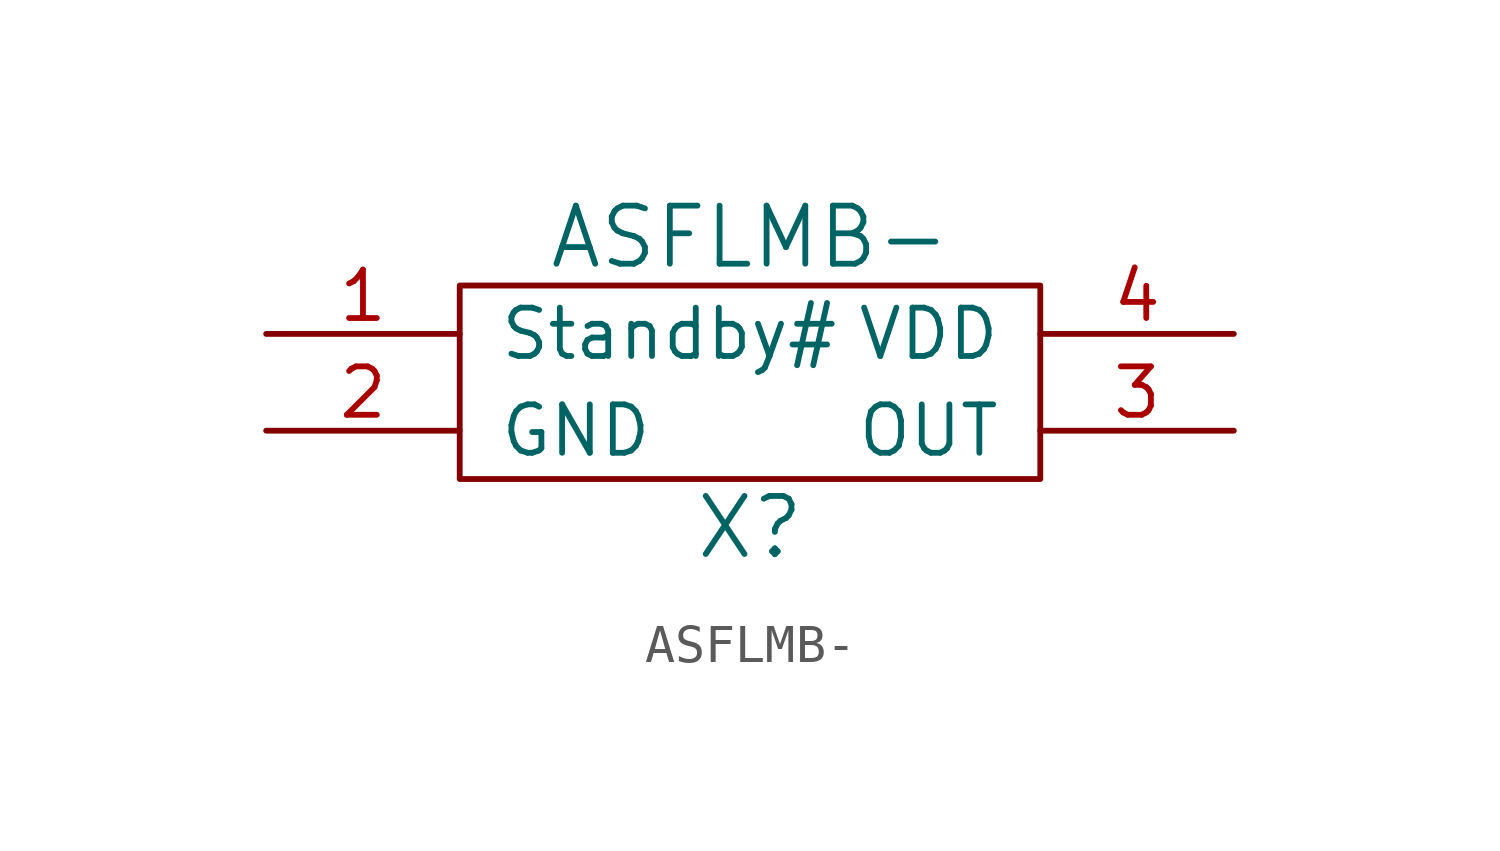
<source format=kicad_sym>
(kicad_symbol_lib
  (version 20231120)
  (generator "kicad_symbol_editor")
  (generator_version "8.0")
  (symbol "ASFLMB-"
    (pin_names
      (offset 1.016))
    (property "Reference" "X"
      (at 0 -3.81 0)
      (effects (font (size 1.524 1.524))))
    (property "Value" "ASFLMB-"
      (at 0 3.81 0)
      (effects (font (size 1.524 1.524))))
    (property "Footprint" ""
      (at 0 0 0)
      (effects (font (size 1.524 1.524))))
    (property "Datasheet" ""
      (at 0 0 0)
      (effects (font (size 1.524 1.524))))
    (symbol "ASFLMB-_0_1"
      (rectangle (start -7.62 2.54) (end 7.62 -2.54) (stroke (width 0) (type solid)) (fill (type none))))
    (symbol "ASFLMB-_1_1"
      (pin input line (at -12.7 1.27 0) (length 5.08) (name "Standby#" (effects (font (size 1.27 1.27)))) (number "1" (effects (font (size 1.27 1.27)))))
      (pin power_in line (at -12.7 -1.27 0) (length 5.08) (name "GND" (effects (font (size 1.27 1.27)))) (number "2" (effects (font (size 1.27 1.27)))))
      (pin output line (at 12.7 -1.27 180) (length 5.08) (name "OUT" (effects (font (size 1.27 1.27)))) (number "3" (effects (font (size 1.27 1.27)))))
      (pin power_in line (at 12.7 1.27 180) (length 5.08) (name "VDD" (effects (font (size 1.27 1.27)))) (number "4" (effects (font (size 1.27 1.27))))))))
</source>
